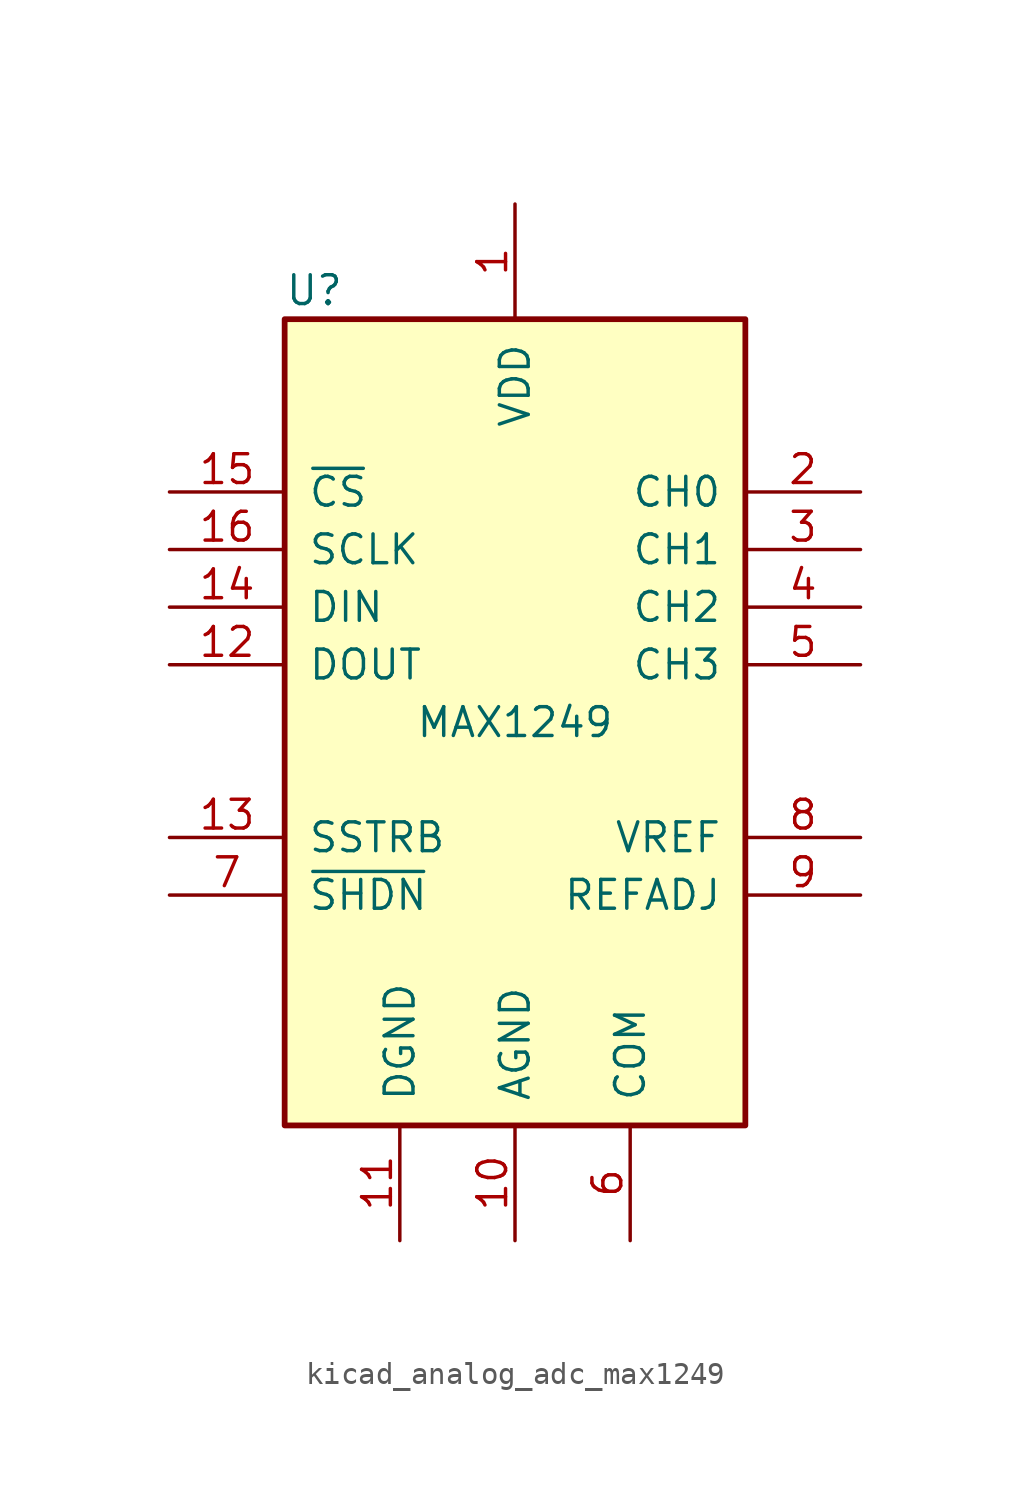
<source format=kicad_sym>
(kicad_symbol_lib
  (version 20220914)
  (generator kicad_symbol_editor)
  (symbol "kicad_analog_adc_max1249"
    (pin_names
      (offset 1.016))
    (property "Reference" "U"
      (at -10.16 19.05 0)
      (effects (font (size 1.27 1.27)) (justify left)))
    (property "Value" "MAX1249"
      (at 0 0 0)
      (effects (font (size 1.27 1.27))))
    (symbol "kicad_analog_adc_max1249_0_1"
      (rectangle (start -10.16 17.78) (end 10.16 -17.78) (stroke (width 0.254) (type default)) (fill (type background))))
    (symbol "kicad_analog_adc_max1249_1_1"
      (pin power_in line (at 0 22.86 270) (length 5.08) (name "VDD" (effects (font (size 1.27 1.27)))) (number "1" (effects (font (size 1.27 1.27)))))
      (pin power_in line (at 0 -22.86 90) (length 5.08) (name "AGND" (effects (font (size 1.27 1.27)))) (number "10" (effects (font (size 1.27 1.27)))))
      (pin power_in line (at -5.08 -22.86 90) (length 5.08) (name "DGND" (effects (font (size 1.27 1.27)))) (number "11" (effects (font (size 1.27 1.27)))))
      (pin output line (at -15.24 2.54 0) (length 5.08) (name "DOUT" (effects (font (size 1.27 1.27)))) (number "12" (effects (font (size 1.27 1.27)))))
      (pin output line (at -15.24 -5.08 0) (length 5.08) (name "SSTRB" (effects (font (size 1.27 1.27)))) (number "13" (effects (font (size 1.27 1.27)))))
      (pin input line (at -15.24 5.08 0) (length 5.08) (name "DIN" (effects (font (size 1.27 1.27)))) (number "14" (effects (font (size 1.27 1.27)))))
      (pin input line (at -15.24 10.16 0) (length 5.08) (name "~{CS}" (effects (font (size 1.27 1.27)))) (number "15" (effects (font (size 1.27 1.27)))))
      (pin input line (at -15.24 7.62 0) (length 5.08) (name "SCLK" (effects (font (size 1.27 1.27)))) (number "16" (effects (font (size 1.27 1.27)))))
      (pin input line (at 15.24 10.16 180) (length 5.08) (name "CH0" (effects (font (size 1.27 1.27)))) (number "2" (effects (font (size 1.27 1.27)))))
      (pin input line (at 15.24 7.62 180) (length 5.08) (name "CH1" (effects (font (size 1.27 1.27)))) (number "3" (effects (font (size 1.27 1.27)))))
      (pin input line (at 15.24 5.08 180) (length 5.08) (name "CH2" (effects (font (size 1.27 1.27)))) (number "4" (effects (font (size 1.27 1.27)))))
      (pin input line (at 15.24 2.54 180) (length 5.08) (name "CH3" (effects (font (size 1.27 1.27)))) (number "5" (effects (font (size 1.27 1.27)))))
      (pin power_in line (at 5.08 -22.86 90) (length 5.08) (name "COM" (effects (font (size 1.27 1.27)))) (number "6" (effects (font (size 1.27 1.27)))))
      (pin tri_state line (at -15.24 -7.62 0) (length 5.08) (name "~{SHDN}" (effects (font (size 1.27 1.27)))) (number "7" (effects (font (size 1.27 1.27)))))
      (pin power_in line (at 15.24 -5.08 180) (length 5.08) (name "VREF" (effects (font (size 1.27 1.27)))) (number "8" (effects (font (size 1.27 1.27)))))
      (pin input line (at 15.24 -7.62 180) (length 5.08) (name "REFADJ" (effects (font (size 1.27 1.27)))) (number "9" (effects (font (size 1.27 1.27))))))))
</source>
